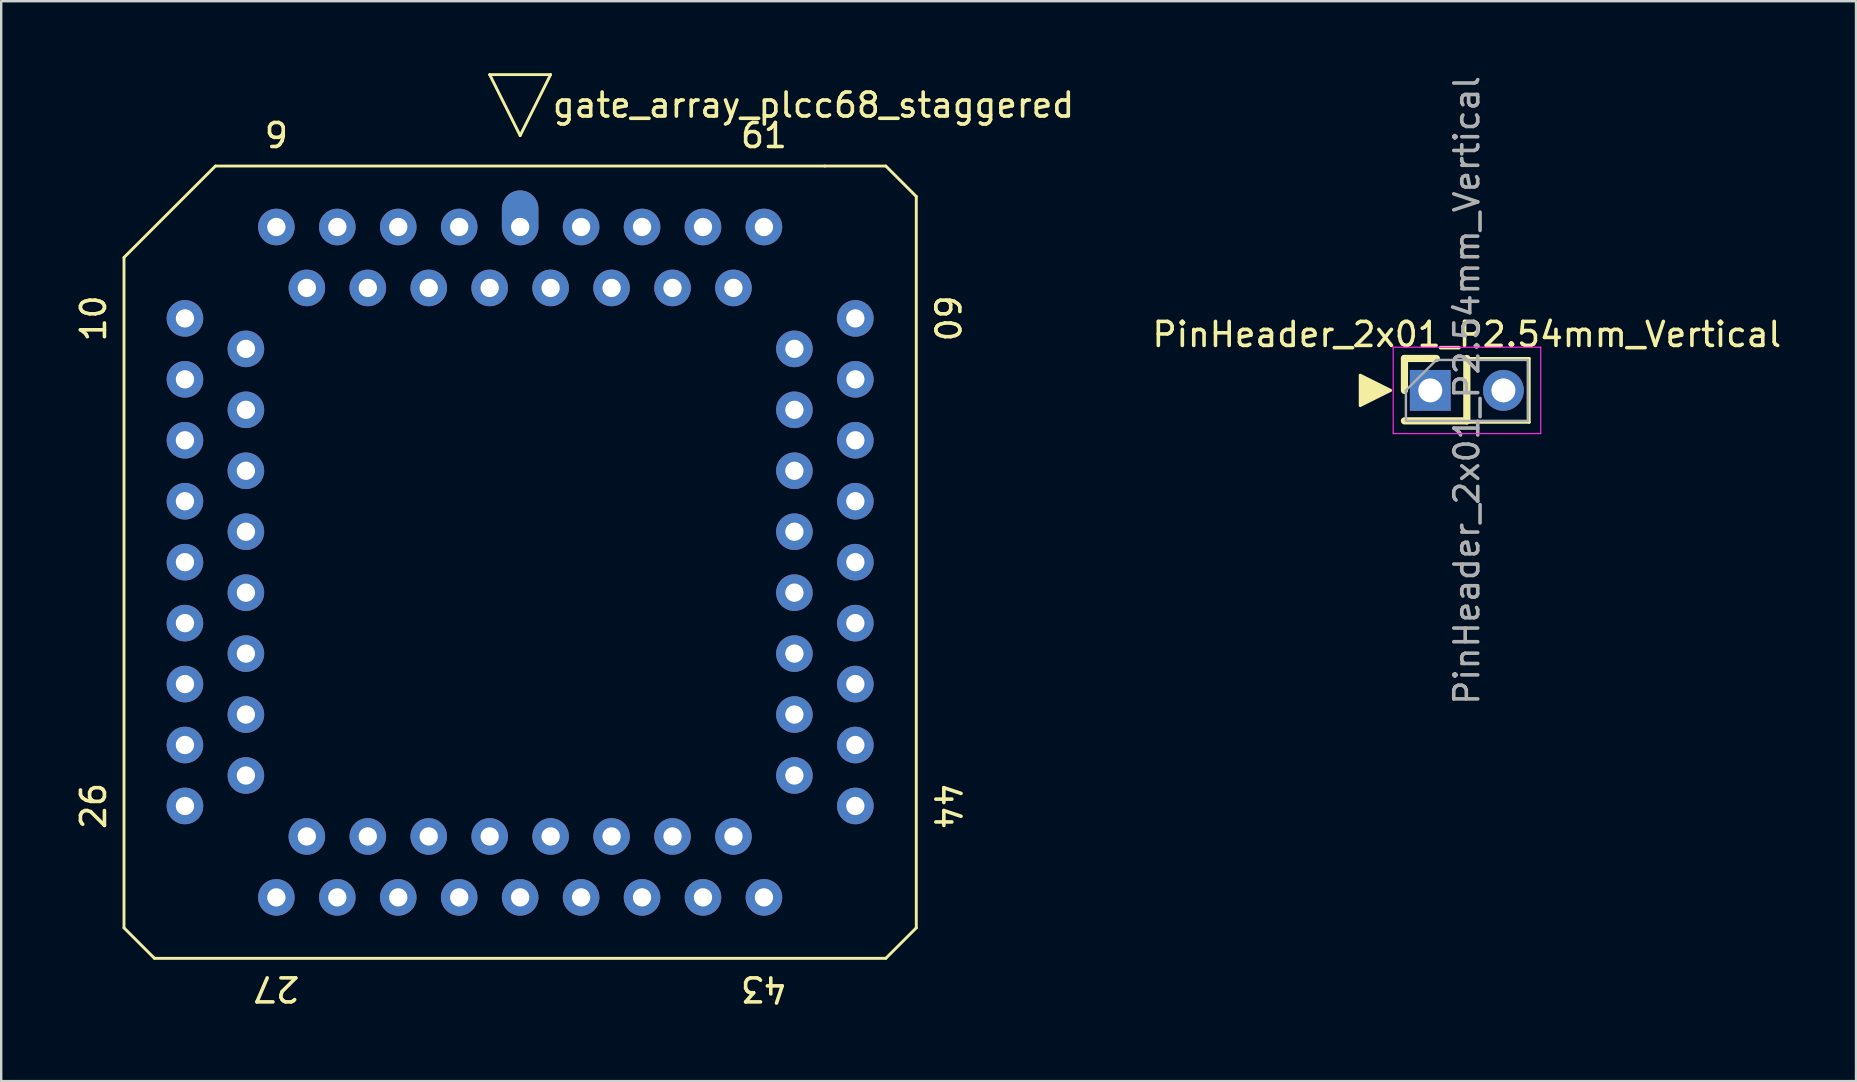
<source format=kicad_pcb>
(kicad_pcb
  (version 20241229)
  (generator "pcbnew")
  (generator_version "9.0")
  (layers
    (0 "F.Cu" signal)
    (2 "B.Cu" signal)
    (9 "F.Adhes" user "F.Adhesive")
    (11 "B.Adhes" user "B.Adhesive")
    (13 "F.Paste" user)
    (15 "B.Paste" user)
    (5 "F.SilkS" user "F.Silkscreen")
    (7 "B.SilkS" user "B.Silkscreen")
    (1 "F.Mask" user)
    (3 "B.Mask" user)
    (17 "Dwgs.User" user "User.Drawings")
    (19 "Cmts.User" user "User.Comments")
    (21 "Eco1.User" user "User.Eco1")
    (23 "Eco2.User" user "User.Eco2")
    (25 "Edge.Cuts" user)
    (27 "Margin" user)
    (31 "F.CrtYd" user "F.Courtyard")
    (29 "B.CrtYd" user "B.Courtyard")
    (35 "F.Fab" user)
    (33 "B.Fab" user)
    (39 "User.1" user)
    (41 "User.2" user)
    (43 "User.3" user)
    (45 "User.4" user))
  (footprint "PinHeader_2x01_P2.54mm_Vertical"
    (layer "F.Cu")
    (at 56.813 13.22)
    (property "Reference" "PinHeader_2x01_P2.54mm_Vertical" (at 1.27 -2.33 0) (layer "F.SilkS") (effects (font (size 1 1) (thickness 0.15))))
    (attr through_hole)
    (fp_line (start -1.33 -1.33) (end 0 -1.33) (stroke (width 0.3) (type solid)) (layer "F.SilkS"))
    (fp_line (start -1.33 0) (end -1.33 -1.33) (stroke (width 0.3) (type solid)) (layer "F.SilkS"))
    (fp_line (start -1.33 1.27) (end -1.33 1.33) (stroke (width 0.12) (type solid)) (layer "F.SilkS"))
    (fp_line (start -1.33 1.27) (end 1.27 1.27) (stroke (width 0.3) (type solid)) (layer "F.SilkS"))
    (fp_line (start -1.33 1.33) (end 3.87 1.33) (stroke (width 0.12) (type solid)) (layer "F.SilkS"))
    (fp_line (start 1.27 -1.33) (end 3.87 -1.33) (stroke (width 0.12) (type solid)) (layer "F.SilkS"))
    (fp_line (start 1.27 1.27) (end 1.27 -1.33) (stroke (width 0.3) (type solid)) (layer "F.SilkS"))
    (fp_line (start 3.87 -1.33) (end 3.87 1.33) (stroke (width 0.12) (type solid)) (layer "F.SilkS"))
    (fp_poly (pts (xy -1.905 0) (xy -3.175 -0.635) (xy -3.175 0.635)) (stroke (width 0.12) (type solid)) (fill yes) (layer "F.SilkS"))
    (fp_line (start -1.8 -1.8) (end -1.8 1.8) (stroke (width 0.05) (type solid)) (layer "F.CrtYd"))
    (fp_line (start -1.8 1.8) (end 4.35 1.8) (stroke (width 0.05) (type solid)) (layer "F.CrtYd"))
    (fp_line (start 4.35 -1.8) (end -1.8 -1.8) (stroke (width 0.05) (type solid)) (layer "F.CrtYd"))
    (fp_line (start 4.35 1.8) (end 4.35 -1.8) (stroke (width 0.05) (type solid)) (layer "F.CrtYd"))
    (fp_line (start -1.27 0) (end 0 -1.27) (stroke (width 0.1) (type solid)) (layer "F.Fab"))
    (fp_line (start -1.27 1.27) (end -1.27 0) (stroke (width 0.1) (type solid)) (layer "F.Fab"))
    (fp_line (start 0 -1.27) (end 3.81 -1.27) (stroke (width 0.1) (type solid)) (layer "F.Fab"))
    (fp_line (start 3.81 -1.27) (end 3.81 1.27) (stroke (width 0.1) (type solid)) (layer "F.Fab"))
    (fp_line (start 3.81 1.27) (end -1.27 1.27) (stroke (width 0.1) (type solid)) (layer "F.Fab"))
    (fp_text user "${REFERENCE}" (at 1.27 0 90) (layer "F.Fab") (effects (font (size 1 1) (thickness 0.15))))
    (pad "1" thru_hole rect (at -0.254 0) (size 1.7 1.7) (drill 1) (layers "*.Cu" "*.Mask"))
    (pad "2" thru_hole oval (at 2.794 0) (size 1.7 1.7) (drill 1) (layers "*.Cu" "*.Mask")))
  (footprint "gate_array_plcc68_staggered"
    (layer "F.Cu")
    (at 18.628 20.38)
    (property "Reference" "gate_array_plcc68_staggered" (at 1.27 -19.05 0) (unlocked yes) (layer "F.SilkS") (effects (font (size 1 1) (thickness 0.15)) (justify left)))
    (attr through_hole)
    (fp_line (start -16.51 -12.7) (end -12.7 -16.51) (stroke (width 0.12) (type solid)) (layer "F.SilkS"))
    (fp_line (start -16.51 15.24) (end -16.51 -12.7) (stroke (width 0.12) (type solid)) (layer "F.SilkS"))
    (fp_line (start -15.24 16.51) (end -16.51 15.24) (stroke (width 0.12) (type solid)) (layer "F.SilkS"))
    (fp_line (start -12.7 -16.51) (end 12.7 -16.51) (stroke (width 0.12) (type solid)) (layer "F.SilkS"))
    (fp_line (start -1.27 -20.32) (end 1.27 -20.32) (stroke (width 0.12) (type solid)) (layer "F.SilkS"))
    (fp_line (start 0 -17.78) (end -1.27 -20.32) (stroke (width 0.12) (type solid)) (layer "F.SilkS"))
    (fp_line (start 1.27 -20.32) (end 0 -17.78) (stroke (width 0.12) (type solid)) (layer "F.SilkS"))
    (fp_line (start 12.7 -16.51) (end 15.24 -16.51) (stroke (width 0.12) (type solid)) (layer "F.SilkS"))
    (fp_line (start 15.24 -16.51) (end 16.51 -15.24) (stroke (width 0.12) (type solid)) (layer "F.SilkS"))
    (fp_line (start 15.24 16.51) (end -15.24 16.51) (stroke (width 0.12) (type solid)) (layer "F.SilkS"))
    (fp_line (start 16.51 -15.24) (end 16.51 15.24) (stroke (width 0.12) (type solid)) (layer "F.SilkS"))
    (fp_line (start 16.51 15.24) (end 15.24 16.51) (stroke (width 0.12) (type solid)) (layer "F.SilkS"))
    (fp_text user "27" (at -10.16 17.78 180) (unlocked yes) (layer "F.SilkS") (effects (font (size 1 1) (thickness 0.15))))
    (fp_text user "26" (at -17.78 10.16 90) (unlocked yes) (layer "F.SilkS") (effects (font (size 1 1) (thickness 0.15))))
    (fp_text user "10" (at -17.78 -10.16 90) (unlocked yes) (layer "F.SilkS") (effects (font (size 1 1) (thickness 0.15))))
    (fp_text user "61" (at 10.16 -17.78 0) (unlocked yes) (layer "F.SilkS") (effects (font (size 1 1) (thickness 0.15))))
    (fp_text user "60" (at 17.78 -10.16 270) (unlocked yes) (layer "F.SilkS") (effects (font (size 1 1) (thickness 0.15))))
    (fp_text user "9" (at -10.16 -17.78 0) (unlocked yes) (layer "F.SilkS") (effects (font (size 1 1) (thickness 0.15))))
    (fp_text user "43" (at 10.16 17.78 180) (unlocked yes) (layer "F.SilkS") (effects (font (size 1 1) (thickness 0.15))))
    (fp_text user "44" (at 17.78 10.16 270) (unlocked yes) (layer "F.SilkS") (effects (font (size 1 1) (thickness 0.15))))
    (pad "1" thru_hole oval (at 0 -13.97) (size 1.524 2.286) (drill 0.762 (offset 0 -0.381)) (layers "*.Cu" "*.Mask"))
    (pad "2" thru_hole circle (at -1.27 -11.43) (size 1.524 1.524) (drill 0.762) (layers "*.Cu" "*.Mask"))
    (pad "3" thru_hole circle (at -2.54 -13.97) (size 1.524 1.524) (drill 0.762) (layers "*.Cu" "*.Mask"))
    (pad "4" thru_hole circle (at -3.81 -11.43) (size 1.524 1.524) (drill 0.762) (layers "*.Cu" "*.Mask"))
    (pad "5" thru_hole circle (at -5.08 -13.97) (size 1.524 1.524) (drill 0.762) (layers "*.Cu" "*.Mask"))
    (pad "6" thru_hole circle (at -6.35 -11.43) (size 1.524 1.524) (drill 0.762) (layers "*.Cu" "*.Mask"))
    (pad "7" thru_hole circle (at -7.62 -13.97) (size 1.524 1.524) (drill 0.762) (layers "*.Cu" "*.Mask"))
    (pad "8" thru_hole circle (at -8.89 -11.43) (size 1.524 1.524) (drill 0.762) (layers "*.Cu" "*.Mask"))
    (pad "9" thru_hole circle (at -10.16 -13.97) (size 1.524 1.524) (drill 0.762) (layers "*.Cu" "*.Mask"))
    (pad "10" thru_hole circle (at -13.97 -10.16) (size 1.524 1.524) (drill 0.762) (layers "*.Cu" "*.Mask"))
    (pad "11" thru_hole circle (at -11.43 -8.89) (size 1.524 1.524) (drill 0.762) (layers "*.Cu" "*.Mask"))
    (pad "12" thru_hole circle (at -13.97 -7.62) (size 1.524 1.524) (drill 0.762) (layers "*.Cu" "*.Mask"))
    (pad "13" thru_hole circle (at -11.43 -6.35) (size 1.524 1.524) (drill 0.762) (layers "*.Cu" "*.Mask"))
    (pad "14" thru_hole circle (at -13.97 -5.08) (size 1.524 1.524) (drill 0.762) (layers "*.Cu" "*.Mask"))
    (pad "15" thru_hole circle (at -11.43 -3.81) (size 1.524 1.524) (drill 0.762) (layers "*.Cu" "*.Mask"))
    (pad "16" thru_hole circle (at -13.97 -2.54) (size 1.524 1.524) (drill 0.762) (layers "*.Cu" "*.Mask"))
    (pad "17" thru_hole circle (at -11.43 -1.27) (size 1.524 1.524) (drill 0.762) (layers "*.Cu" "*.Mask"))
    (pad "18" thru_hole circle (at -13.97 0) (size 1.524 1.524) (drill 0.762) (layers "*.Cu" "*.Mask"))
    (pad "19" thru_hole circle (at -11.43 1.27) (size 1.524 1.524) (drill 0.762) (layers "*.Cu" "*.Mask"))
    (pad "20" thru_hole circle (at -13.97 2.54) (size 1.524 1.524) (drill 0.762) (layers "*.Cu" "*.Mask"))
    (pad "21" thru_hole circle (at -11.43 3.81) (size 1.524 1.524) (drill 0.762) (layers "*.Cu" "*.Mask"))
    (pad "22" thru_hole circle (at -13.97 5.08) (size 1.524 1.524) (drill 0.762) (layers "*.Cu" "*.Mask"))
    (pad "23" thru_hole circle (at -11.43 6.35) (size 1.524 1.524) (drill 0.762) (layers "*.Cu" "*.Mask"))
    (pad "24" thru_hole circle (at -13.97 7.62) (size 1.524 1.524) (drill 0.762) (layers "*.Cu" "*.Mask"))
    (pad "25" thru_hole circle (at -11.43 8.89) (size 1.524 1.524) (drill 0.762) (layers "*.Cu" "*.Mask"))
    (pad "26" thru_hole circle (at -13.97 10.16) (size 1.524 1.524) (drill 0.762) (layers "*.Cu" "*.Mask"))
    (pad "27" thru_hole circle (at -10.16 13.97) (size 1.524 1.524) (drill 0.762) (layers "*.Cu" "*.Mask"))
    (pad "28" thru_hole circle (at -8.89 11.43) (size 1.524 1.524) (drill 0.762) (layers "*.Cu" "*.Mask"))
    (pad "29" thru_hole circle (at -7.62 13.97) (size 1.524 1.524) (drill 0.762) (layers "*.Cu" "*.Mask"))
    (pad "30" thru_hole circle (at -6.35 11.43) (size 1.524 1.524) (drill 0.762) (layers "*.Cu" "*.Mask"))
    (pad "31" thru_hole circle (at -5.08 13.97) (size 1.524 1.524) (drill 0.762) (layers "*.Cu" "*.Mask"))
    (pad "32" thru_hole circle (at -3.81 11.43) (size 1.524 1.524) (drill 0.762) (layers "*.Cu" "*.Mask"))
    (pad "33" thru_hole circle (at -2.54 13.97) (size 1.524 1.524) (drill 0.762) (layers "*.Cu" "*.Mask"))
    (pad "34" thru_hole circle (at -1.27 11.43) (size 1.524 1.524) (drill 0.762) (layers "*.Cu" "*.Mask"))
    (pad "35" thru_hole circle (at 0 13.97) (size 1.524 1.524) (drill 0.762) (layers "*.Cu" "*.Mask"))
    (pad "36" thru_hole circle (at 1.27 11.43) (size 1.524 1.524) (drill 0.762) (layers "*.Cu" "*.Mask"))
    (pad "37" thru_hole circle (at 2.54 13.97) (size 1.524 1.524) (drill 0.762) (layers "*.Cu" "*.Mask"))
    (pad "38" thru_hole circle (at 3.81 11.43) (size 1.524 1.524) (drill 0.762) (layers "*.Cu" "*.Mask"))
    (pad "39" thru_hole circle (at 5.08 13.97) (size 1.524 1.524) (drill 0.762) (layers "*.Cu" "*.Mask"))
    (pad "40" thru_hole circle (at 6.35 11.43) (size 1.524 1.524) (drill 0.762) (layers "*.Cu" "*.Mask"))
    (pad "41" thru_hole circle (at 7.62 13.97) (size 1.524 1.524) (drill 0.762) (layers "*.Cu" "*.Mask"))
    (pad "42" thru_hole circle (at 8.89 11.43) (size 1.524 1.524) (drill 0.762) (layers "*.Cu" "*.Mask"))
    (pad "43" thru_hole circle (at 10.16 13.97) (size 1.524 1.524) (drill 0.762) (layers "*.Cu" "*.Mask"))
    (pad "44" thru_hole circle (at 13.97 10.16) (size 1.524 1.524) (drill 0.762) (layers "*.Cu" "*.Mask"))
    (pad "45" thru_hole circle (at 11.43 8.89) (size 1.524 1.524) (drill 0.762) (layers "*.Cu" "*.Mask"))
    (pad "46" thru_hole circle (at 13.97 7.62) (size 1.524 1.524) (drill 0.762) (layers "*.Cu" "*.Mask"))
    (pad "47" thru_hole circle (at 11.43 6.35) (size 1.524 1.524) (drill 0.762) (layers "*.Cu" "*.Mask"))
    (pad "48" thru_hole circle (at 13.97 5.08) (size 1.524 1.524) (drill 0.762) (layers "*.Cu" "*.Mask"))
    (pad "49" thru_hole circle (at 11.43 3.81) (size 1.524 1.524) (drill 0.762) (layers "*.Cu" "*.Mask"))
    (pad "50" thru_hole circle (at 13.97 2.54) (size 1.524 1.524) (drill 0.762) (layers "*.Cu" "*.Mask"))
    (pad "51" thru_hole circle (at 11.43 1.27) (size 1.524 1.524) (drill 0.762) (layers "*.Cu" "*.Mask"))
    (pad "52" thru_hole circle (at 13.97 0) (size 1.524 1.524) (drill 0.762) (layers "*.Cu" "*.Mask"))
    (pad "53" thru_hole circle (at 11.43 -1.27) (size 1.524 1.524) (drill 0.762) (layers "*.Cu" "*.Mask"))
    (pad "54" thru_hole circle (at 13.97 -2.54) (size 1.524 1.524) (drill 0.762) (layers "*.Cu" "*.Mask"))
    (pad "55" thru_hole circle (at 11.43 -3.81) (size 1.524 1.524) (drill 0.762) (layers "*.Cu" "*.Mask"))
    (pad "56" thru_hole circle (at 13.97 -5.08) (size 1.524 1.524) (drill 0.762) (layers "*.Cu" "*.Mask"))
    (pad "57" thru_hole circle (at 11.43 -6.35) (size 1.524 1.524) (drill 0.762) (layers "*.Cu" "*.Mask"))
    (pad "58" thru_hole circle (at 13.97 -7.62) (size 1.524 1.524) (drill 0.762) (layers "*.Cu" "*.Mask"))
    (pad "59" thru_hole circle (at 11.43 -8.89) (size 1.524 1.524) (drill 0.762) (layers "*.Cu" "*.Mask"))
    (pad "60" thru_hole circle (at 13.97 -10.16) (size 1.524 1.524) (drill 0.762) (layers "*.Cu" "*.Mask"))
    (pad "61" thru_hole circle (at 10.16 -13.97) (size 1.524 1.524) (drill 0.762) (layers "*.Cu" "*.Mask"))
    (pad "62" thru_hole circle (at 8.89 -11.43) (size 1.524 1.524) (drill 0.762) (layers "*.Cu" "*.Mask"))
    (pad "63" thru_hole circle (at 7.62 -13.97) (size 1.524 1.524) (drill 0.762) (layers "*.Cu" "*.Mask"))
    (pad "64" thru_hole circle (at 6.35 -11.43) (size 1.524 1.524) (drill 0.762) (layers "*.Cu" "*.Mask"))
    (pad "65" thru_hole circle (at 5.08 -13.97) (size 1.524 1.524) (drill 0.762) (layers "*.Cu" "*.Mask"))
    (pad "66" thru_hole circle (at 3.81 -11.43) (size 1.524 1.524) (drill 0.762) (layers "*.Cu" "*.Mask"))
    (pad "67" thru_hole circle (at 2.54 -13.97) (size 1.524 1.524) (drill 0.762) (layers "*.Cu" "*.Mask"))
    (pad "68" thru_hole circle (at 1.27 -11.43) (size 1.524 1.524) (drill 0.762) (layers "*.Cu" "*.Mask")))
  (gr_rect
    (start -3 -3)
    (end 74.303 42.008)
    (stroke (width 0.1) (type default))
    (fill no)
    (layer "Edge.Cuts")))
</source>
